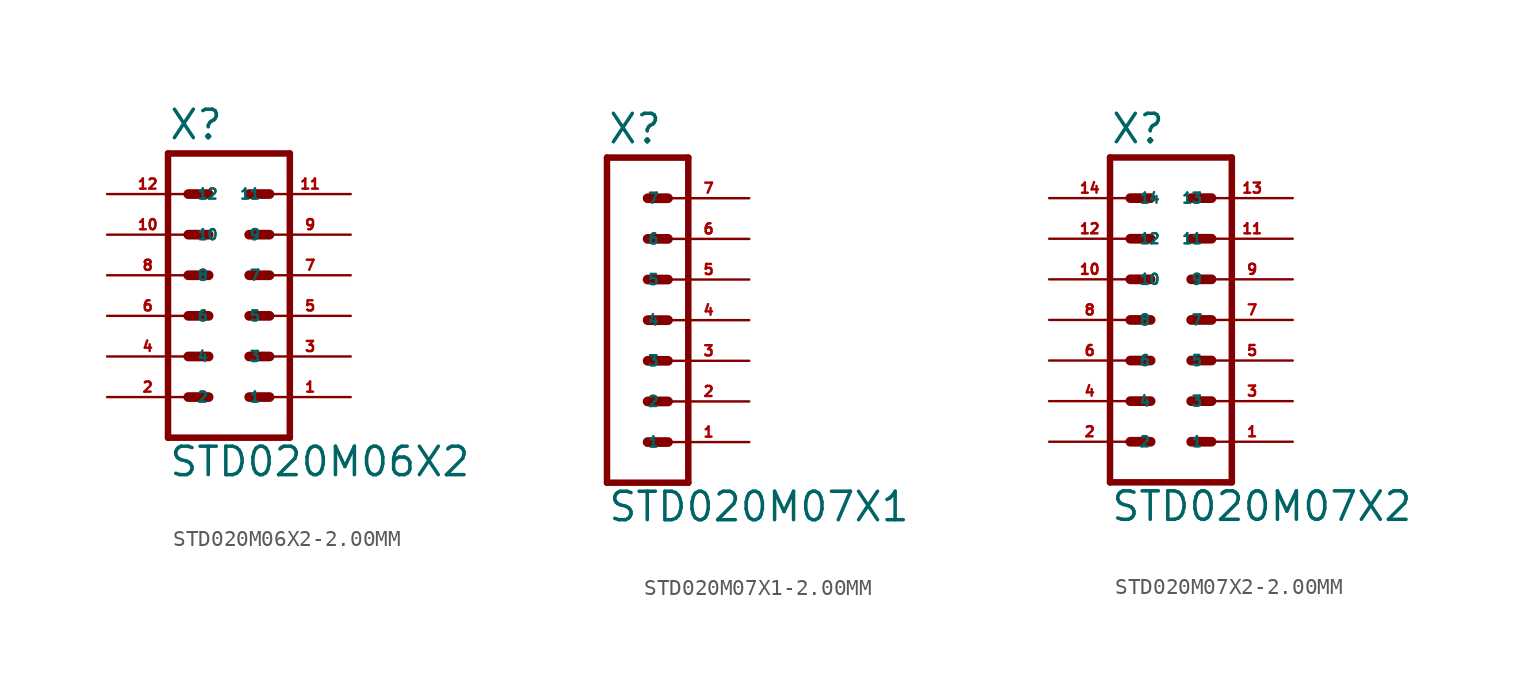
<source format=kicad_sym>
(kicad_symbol_lib
  (version 20220914)
  (generator Eagle2Kicad)
  (symbol "STD020M06X2-2.00MM"
    (property "Reference" "X"
      (at -3.81 8.382 0)
      (effects (font (size 1.778 1.778) (thickness 0.22)) (justify left bottom)))
    (property "Value" "STD020M06X2"
      (at -3.81 -12.7 0)
      (effects (font (size 1.778 1.778) (thickness 0.22)) (justify left bottom)))
    (polyline
      (pts (xy 3.81 -10.16) (xy -3.81 -10.16))
      (stroke (width 0.406) (type default))
      (fill (type none)))
    (polyline
      (pts (xy 1.27 -2.54) (xy 2.54 -2.54))
      (stroke (width 0.61) (type default))
      (fill (type none)))
    (polyline
      (pts (xy 1.27 -5.08) (xy 2.54 -5.08))
      (stroke (width 0.61) (type default))
      (fill (type none)))
    (polyline
      (pts (xy 1.27 -7.62) (xy 2.54 -7.62))
      (stroke (width 0.61) (type default))
      (fill (type none)))
    (polyline
      (pts (xy -2.54 -2.54) (xy -1.27 -2.54))
      (stroke (width 0.61) (type default))
      (fill (type none)))
    (polyline
      (pts (xy -2.54 -5.08) (xy -1.27 -5.08))
      (stroke (width 0.61) (type default))
      (fill (type none)))
    (polyline
      (pts (xy -2.54 -7.62) (xy -1.27 -7.62))
      (stroke (width 0.61) (type default))
      (fill (type none)))
    (polyline
      (pts (xy -3.81 7.62) (xy -3.81 -10.16))
      (stroke (width 0.406) (type default))
      (fill (type none)))
    (polyline
      (pts (xy 3.81 -10.16) (xy 3.81 7.62))
      (stroke (width 0.406) (type default))
      (fill (type none)))
    (polyline
      (pts (xy -3.81 7.62) (xy 3.81 7.62))
      (stroke (width 0.406) (type default))
      (fill (type none)))
    (polyline
      (pts (xy 1.27 5.08) (xy 2.54 5.08))
      (stroke (width 0.61) (type default))
      (fill (type none)))
    (polyline
      (pts (xy 1.27 2.54) (xy 2.54 2.54))
      (stroke (width 0.61) (type default))
      (fill (type none)))
    (polyline
      (pts (xy 1.27 0) (xy 2.54 0))
      (stroke (width 0.61) (type default))
      (fill (type none)))
    (polyline
      (pts (xy -2.54 5.08) (xy -1.27 5.08))
      (stroke (width 0.61) (type default))
      (fill (type none)))
    (polyline
      (pts (xy -2.54 2.54) (xy -1.27 2.54))
      (stroke (width 0.61) (type default))
      (fill (type none)))
    (polyline
      (pts (xy -2.54 0) (xy -1.27 0))
      (stroke (width 0.61) (type default))
      (fill (type none)))
    (pin passive line
      (at 7.62 -7.62 180)
      (length 5.08)
      (name "1" (effects (font (size 0.635 0.635) (thickness 0.08)) (justify left bottom)))
      (number "1" (effects (font (size 0.635 0.635) (thickness 0.08)) (justify left bottom))))
    (pin passive line
      (at 7.62 -5.08 180)
      (length 5.08)
      (name "3" (effects (font (size 0.635 0.635) (thickness 0.08)) (justify left bottom)))
      (number "3" (effects (font (size 0.635 0.635) (thickness 0.08)) (justify left bottom))))
    (pin passive line
      (at 7.62 -2.54 180)
      (length 5.08)
      (name "5" (effects (font (size 0.635 0.635) (thickness 0.08)) (justify left bottom)))
      (number "5" (effects (font (size 0.635 0.635) (thickness 0.08)) (justify left bottom))))
    (pin passive line
      (at -7.62 -7.62 0)
      (length 5.08)
      (name "2" (effects (font (size 0.635 0.635) (thickness 0.08)) (justify left bottom)))
      (number "2" (effects (font (size 0.635 0.635) (thickness 0.08)) (justify left bottom))))
    (pin passive line
      (at -7.62 -5.08 0)
      (length 5.08)
      (name "4" (effects (font (size 0.635 0.635) (thickness 0.08)) (justify left bottom)))
      (number "4" (effects (font (size 0.635 0.635) (thickness 0.08)) (justify left bottom))))
    (pin passive line
      (at -7.62 -2.54 0)
      (length 5.08)
      (name "6" (effects (font (size 0.635 0.635) (thickness 0.08)) (justify left bottom)))
      (number "6" (effects (font (size 0.635 0.635) (thickness 0.08)) (justify left bottom))))
    (pin passive line
      (at 7.62 0 180)
      (length 5.08)
      (name "7" (effects (font (size 0.635 0.635) (thickness 0.08)) (justify left bottom)))
      (number "7" (effects (font (size 0.635 0.635) (thickness 0.08)) (justify left bottom))))
    (pin passive line
      (at 7.62 2.54 180)
      (length 5.08)
      (name "9" (effects (font (size 0.635 0.635) (thickness 0.08)) (justify left bottom)))
      (number "9" (effects (font (size 0.635 0.635) (thickness 0.08)) (justify left bottom))))
    (pin passive line
      (at 7.62 5.08 180)
      (length 5.08)
      (name "11" (effects (font (size 0.635 0.635) (thickness 0.08)) (justify left bottom)))
      (number "11" (effects (font (size 0.635 0.635) (thickness 0.08)) (justify left bottom))))
    (pin passive line
      (at -7.62 0 0)
      (length 5.08)
      (name "8" (effects (font (size 0.635 0.635) (thickness 0.08)) (justify left bottom)))
      (number "8" (effects (font (size 0.635 0.635) (thickness 0.08)) (justify left bottom))))
    (pin passive line
      (at -7.62 2.54 0)
      (length 5.08)
      (name "10" (effects (font (size 0.635 0.635) (thickness 0.08)) (justify left bottom)))
      (number "10" (effects (font (size 0.635 0.635) (thickness 0.08)) (justify left bottom))))
    (pin passive line
      (at -7.62 5.08 0)
      (length 5.08)
      (name "12" (effects (font (size 0.635 0.635) (thickness 0.08)) (justify left bottom)))
      (number "12" (effects (font (size 0.635 0.635) (thickness 0.08)) (justify left bottom)))))
  (symbol "STD020M07X1-2.00MM"
    (property "Reference" "X"
      (at -1.27 10.922 0)
      (effects (font (size 1.778 1.778) (thickness 0.22)) (justify left bottom)))
    (property "Value" "STD020M07X1"
      (at -1.27 -12.7 0)
      (effects (font (size 1.778 1.778) (thickness 0.22)) (justify left bottom)))
    (polyline
      (pts (xy 3.81 -10.16) (xy -1.27 -10.16))
      (stroke (width 0.406) (type default))
      (fill (type none)))
    (polyline
      (pts (xy 1.27 -2.54) (xy 2.54 -2.54))
      (stroke (width 0.61) (type default))
      (fill (type none)))
    (polyline
      (pts (xy 1.27 -5.08) (xy 2.54 -5.08))
      (stroke (width 0.61) (type default))
      (fill (type none)))
    (polyline
      (pts (xy 1.27 -7.62) (xy 2.54 -7.62))
      (stroke (width 0.61) (type default))
      (fill (type none)))
    (polyline
      (pts (xy 1.27 2.54) (xy 2.54 2.54))
      (stroke (width 0.61) (type default))
      (fill (type none)))
    (polyline
      (pts (xy 1.27 0) (xy 2.54 0))
      (stroke (width 0.61) (type default))
      (fill (type none)))
    (polyline
      (pts (xy 1.27 7.62) (xy 2.54 7.62))
      (stroke (width 0.61) (type default))
      (fill (type none)))
    (polyline
      (pts (xy 1.27 5.08) (xy 2.54 5.08))
      (stroke (width 0.61) (type default))
      (fill (type none)))
    (polyline
      (pts (xy -1.27 10.16) (xy -1.27 -10.16))
      (stroke (width 0.406) (type default))
      (fill (type none)))
    (polyline
      (pts (xy 3.81 -10.16) (xy 3.81 10.16))
      (stroke (width 0.406) (type default))
      (fill (type none)))
    (polyline
      (pts (xy -1.27 10.16) (xy 3.81 10.16))
      (stroke (width 0.406) (type default))
      (fill (type none)))
    (pin passive line
      (at 7.62 -7.62 180)
      (length 5.08)
      (name "1" (effects (font (size 0.635 0.635) (thickness 0.08)) (justify left bottom)))
      (number "1" (effects (font (size 0.635 0.635) (thickness 0.08)) (justify left bottom))))
    (pin passive line
      (at 7.62 -5.08 180)
      (length 5.08)
      (name "2" (effects (font (size 0.635 0.635) (thickness 0.08)) (justify left bottom)))
      (number "2" (effects (font (size 0.635 0.635) (thickness 0.08)) (justify left bottom))))
    (pin passive line
      (at 7.62 -2.54 180)
      (length 5.08)
      (name "3" (effects (font (size 0.635 0.635) (thickness 0.08)) (justify left bottom)))
      (number "3" (effects (font (size 0.635 0.635) (thickness 0.08)) (justify left bottom))))
    (pin passive line
      (at 7.62 0 180)
      (length 5.08)
      (name "4" (effects (font (size 0.635 0.635) (thickness 0.08)) (justify left bottom)))
      (number "4" (effects (font (size 0.635 0.635) (thickness 0.08)) (justify left bottom))))
    (pin passive line
      (at 7.62 2.54 180)
      (length 5.08)
      (name "5" (effects (font (size 0.635 0.635) (thickness 0.08)) (justify left bottom)))
      (number "5" (effects (font (size 0.635 0.635) (thickness 0.08)) (justify left bottom))))
    (pin passive line
      (at 7.62 5.08 180)
      (length 5.08)
      (name "6" (effects (font (size 0.635 0.635) (thickness 0.08)) (justify left bottom)))
      (number "6" (effects (font (size 0.635 0.635) (thickness 0.08)) (justify left bottom))))
    (pin passive line
      (at 7.62 7.62 180)
      (length 5.08)
      (name "7" (effects (font (size 0.635 0.635) (thickness 0.08)) (justify left bottom)))
      (number "7" (effects (font (size 0.635 0.635) (thickness 0.08)) (justify left bottom)))))
  (symbol "STD020M07X2-2.00MM"
    (property "Reference" "X"
      (at -3.81 10.922 0)
      (effects (font (size 1.778 1.778) (thickness 0.22)) (justify left bottom)))
    (property "Value" "STD020M07X2"
      (at -3.81 -12.7 0)
      (effects (font (size 1.778 1.778) (thickness 0.22)) (justify left bottom)))
    (polyline
      (pts (xy 3.81 -10.16) (xy -3.81 -10.16))
      (stroke (width 0.406) (type default))
      (fill (type none)))
    (polyline
      (pts (xy 1.27 -2.54) (xy 2.54 -2.54))
      (stroke (width 0.61) (type default))
      (fill (type none)))
    (polyline
      (pts (xy 1.27 -5.08) (xy 2.54 -5.08))
      (stroke (width 0.61) (type default))
      (fill (type none)))
    (polyline
      (pts (xy 1.27 -7.62) (xy 2.54 -7.62))
      (stroke (width 0.61) (type default))
      (fill (type none)))
    (polyline
      (pts (xy -2.54 -2.54) (xy -1.27 -2.54))
      (stroke (width 0.61) (type default))
      (fill (type none)))
    (polyline
      (pts (xy -2.54 -5.08) (xy -1.27 -5.08))
      (stroke (width 0.61) (type default))
      (fill (type none)))
    (polyline
      (pts (xy -2.54 -7.62) (xy -1.27 -7.62))
      (stroke (width 0.61) (type default))
      (fill (type none)))
    (polyline
      (pts (xy -3.81 10.16) (xy -3.81 -10.16))
      (stroke (width 0.406) (type default))
      (fill (type none)))
    (polyline
      (pts (xy 3.81 -10.16) (xy 3.81 10.16))
      (stroke (width 0.406) (type default))
      (fill (type none)))
    (polyline
      (pts (xy -3.81 10.16) (xy 3.81 10.16))
      (stroke (width 0.406) (type default))
      (fill (type none)))
    (polyline
      (pts (xy 1.27 5.08) (xy 2.54 5.08))
      (stroke (width 0.61) (type default))
      (fill (type none)))
    (polyline
      (pts (xy 1.27 2.54) (xy 2.54 2.54))
      (stroke (width 0.61) (type default))
      (fill (type none)))
    (polyline
      (pts (xy 1.27 0) (xy 2.54 0))
      (stroke (width 0.61) (type default))
      (fill (type none)))
    (polyline
      (pts (xy -2.54 5.08) (xy -1.27 5.08))
      (stroke (width 0.61) (type default))
      (fill (type none)))
    (polyline
      (pts (xy -2.54 2.54) (xy -1.27 2.54))
      (stroke (width 0.61) (type default))
      (fill (type none)))
    (polyline
      (pts (xy -2.54 0) (xy -1.27 0))
      (stroke (width 0.61) (type default))
      (fill (type none)))
    (polyline
      (pts (xy -2.54 7.62) (xy -1.27 7.62))
      (stroke (width 0.61) (type default))
      (fill (type none)))
    (polyline
      (pts (xy 1.27 7.62) (xy 2.54 7.62))
      (stroke (width 0.61) (type default))
      (fill (type none)))
    (pin passive line
      (at 7.62 -7.62 180)
      (length 5.08)
      (name "1" (effects (font (size 0.635 0.635) (thickness 0.08)) (justify left bottom)))
      (number "1" (effects (font (size 0.635 0.635) (thickness 0.08)) (justify left bottom))))
    (pin passive line
      (at 7.62 -5.08 180)
      (length 5.08)
      (name "3" (effects (font (size 0.635 0.635) (thickness 0.08)) (justify left bottom)))
      (number "3" (effects (font (size 0.635 0.635) (thickness 0.08)) (justify left bottom))))
    (pin passive line
      (at 7.62 -2.54 180)
      (length 5.08)
      (name "5" (effects (font (size 0.635 0.635) (thickness 0.08)) (justify left bottom)))
      (number "5" (effects (font (size 0.635 0.635) (thickness 0.08)) (justify left bottom))))
    (pin passive line
      (at -7.62 -7.62 0)
      (length 5.08)
      (name "2" (effects (font (size 0.635 0.635) (thickness 0.08)) (justify left bottom)))
      (number "2" (effects (font (size 0.635 0.635) (thickness 0.08)) (justify left bottom))))
    (pin passive line
      (at -7.62 -5.08 0)
      (length 5.08)
      (name "4" (effects (font (size 0.635 0.635) (thickness 0.08)) (justify left bottom)))
      (number "4" (effects (font (size 0.635 0.635) (thickness 0.08)) (justify left bottom))))
    (pin passive line
      (at -7.62 -2.54 0)
      (length 5.08)
      (name "6" (effects (font (size 0.635 0.635) (thickness 0.08)) (justify left bottom)))
      (number "6" (effects (font (size 0.635 0.635) (thickness 0.08)) (justify left bottom))))
    (pin passive line
      (at 7.62 0 180)
      (length 5.08)
      (name "7" (effects (font (size 0.635 0.635) (thickness 0.08)) (justify left bottom)))
      (number "7" (effects (font (size 0.635 0.635) (thickness 0.08)) (justify left bottom))))
    (pin passive line
      (at 7.62 2.54 180)
      (length 5.08)
      (name "9" (effects (font (size 0.635 0.635) (thickness 0.08)) (justify left bottom)))
      (number "9" (effects (font (size 0.635 0.635) (thickness 0.08)) (justify left bottom))))
    (pin passive line
      (at 7.62 5.08 180)
      (length 5.08)
      (name "11" (effects (font (size 0.635 0.635) (thickness 0.08)) (justify left bottom)))
      (number "11" (effects (font (size 0.635 0.635) (thickness 0.08)) (justify left bottom))))
    (pin passive line
      (at -7.62 0 0)
      (length 5.08)
      (name "8" (effects (font (size 0.635 0.635) (thickness 0.08)) (justify left bottom)))
      (number "8" (effects (font (size 0.635 0.635) (thickness 0.08)) (justify left bottom))))
    (pin passive line
      (at -7.62 2.54 0)
      (length 5.08)
      (name "10" (effects (font (size 0.635 0.635) (thickness 0.08)) (justify left bottom)))
      (number "10" (effects (font (size 0.635 0.635) (thickness 0.08)) (justify left bottom))))
    (pin passive line
      (at -7.62 5.08 0)
      (length 5.08)
      (name "12" (effects (font (size 0.635 0.635) (thickness 0.08)) (justify left bottom)))
      (number "12" (effects (font (size 0.635 0.635) (thickness 0.08)) (justify left bottom))))
    (pin passive line
      (at -7.62 7.62 0)
      (length 5.08)
      (name "14" (effects (font (size 0.635 0.635) (thickness 0.08)) (justify left bottom)))
      (number "14" (effects (font (size 0.635 0.635) (thickness 0.08)) (justify left bottom))))
    (pin passive line
      (at 7.62 7.62 180)
      (length 5.08)
      (name "13" (effects (font (size 0.635 0.635) (thickness 0.08)) (justify left bottom)))
      (number "13" (effects (font (size 0.635 0.635) (thickness 0.08)) (justify left bottom))))))
</source>
